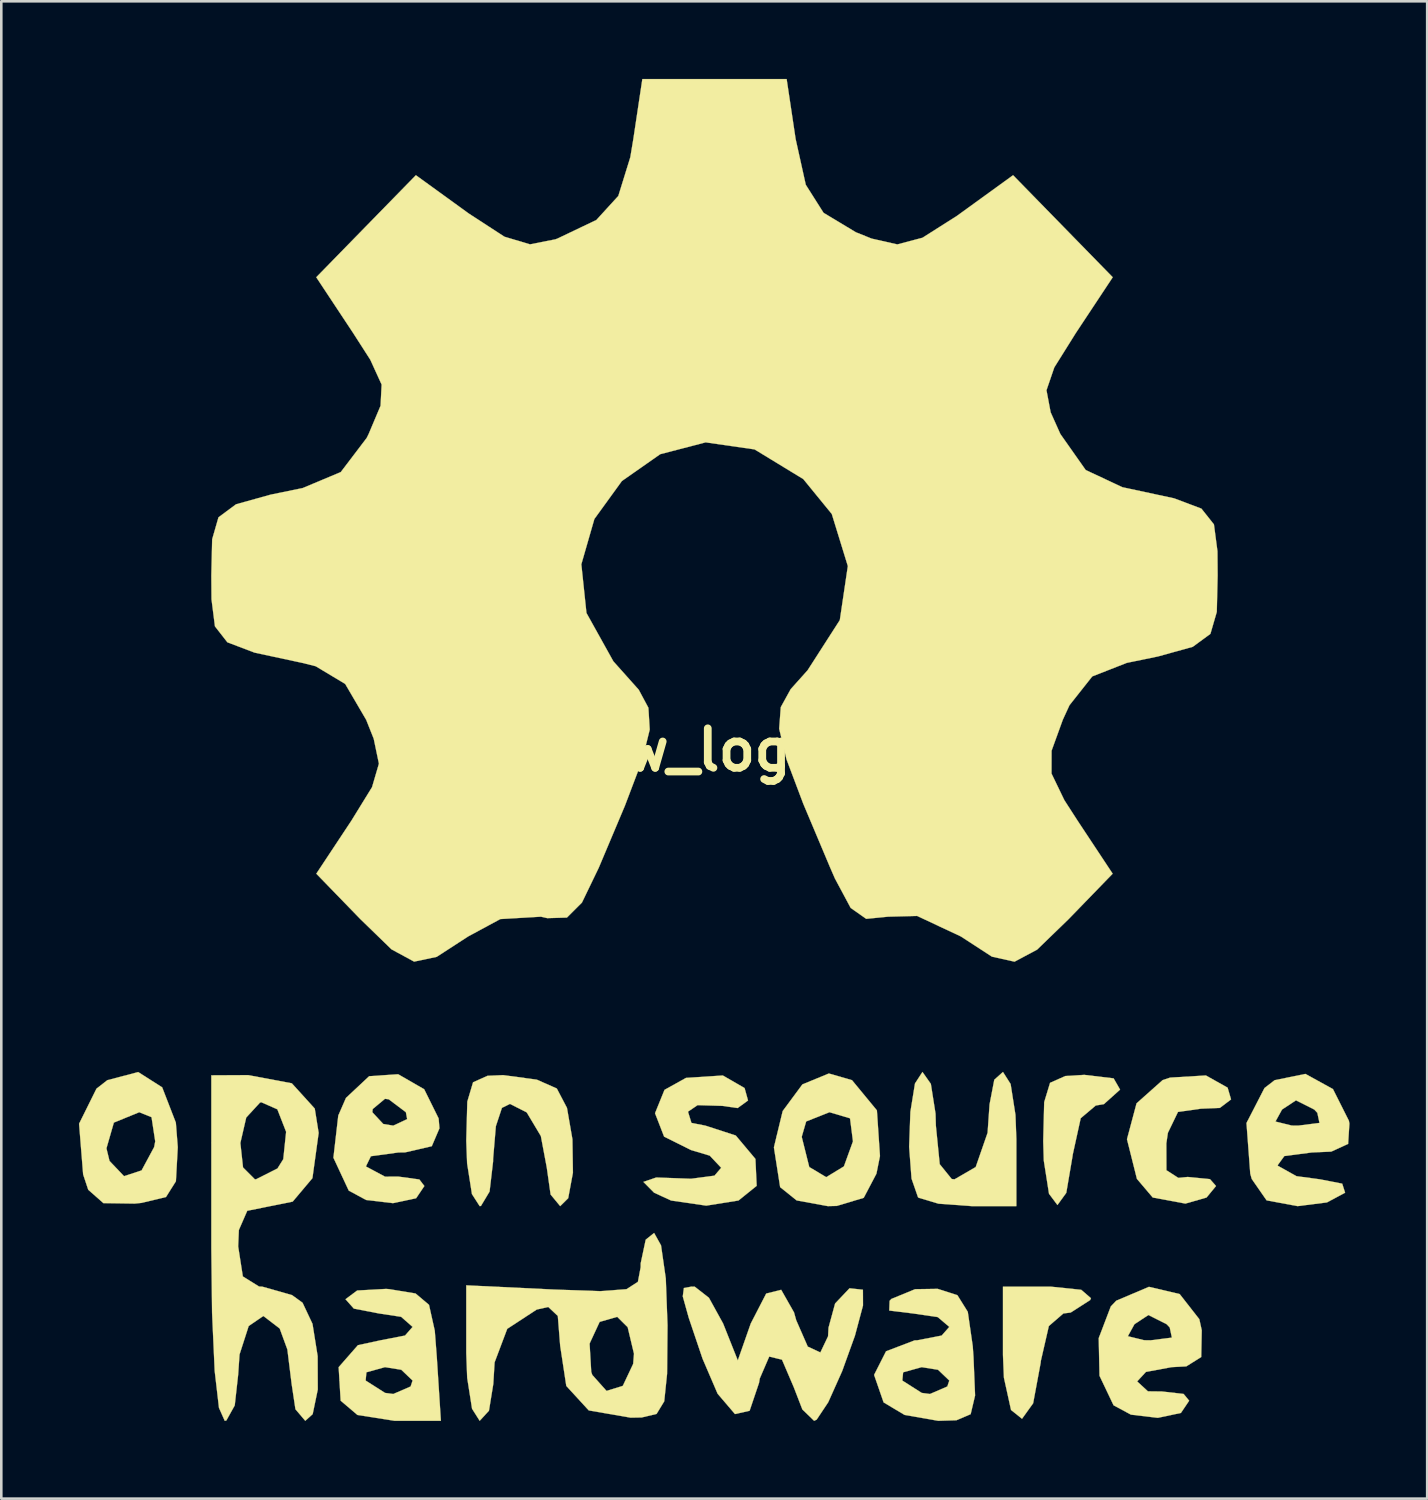
<source format=kicad_pcb>
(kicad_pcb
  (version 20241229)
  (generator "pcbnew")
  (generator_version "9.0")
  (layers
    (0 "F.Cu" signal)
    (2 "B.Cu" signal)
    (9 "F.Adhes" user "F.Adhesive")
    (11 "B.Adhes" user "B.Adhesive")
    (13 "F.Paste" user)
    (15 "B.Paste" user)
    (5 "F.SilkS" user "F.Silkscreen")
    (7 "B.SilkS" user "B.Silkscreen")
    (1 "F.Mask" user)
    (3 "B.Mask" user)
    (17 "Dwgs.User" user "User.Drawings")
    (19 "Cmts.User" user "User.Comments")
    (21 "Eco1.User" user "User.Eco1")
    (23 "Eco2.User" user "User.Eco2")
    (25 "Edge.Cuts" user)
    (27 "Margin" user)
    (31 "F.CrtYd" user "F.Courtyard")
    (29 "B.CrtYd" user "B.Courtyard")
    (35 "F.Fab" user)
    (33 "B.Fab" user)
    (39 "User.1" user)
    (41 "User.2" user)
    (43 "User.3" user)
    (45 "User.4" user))
  (footprint "oshw_logo_a"
    (layer "F.Cu")
    (at 24.294 25.923)
    (property "Reference" "oshw_logo_a" (at 0 0 0) (layer "F.SilkS") (effects (font (size 1.524 1.524) (thickness 0.3))))
    (attr through_hole)
    (fp_poly (pts (xy 14.428 20.857) (xy 14.804 21.182) (xy 14.773 21.253) (xy 14.021 21.735) (xy 13.737 21.771) (xy 13.177 22.256) (xy 12.867 23.606) (xy 12.861 23.675) (xy 12.57 25.241) (xy 12.14 25.839) (xy 11.716 25.5) (xy 11.441 24.253) (xy 11.404 23.37) (xy 11.404 20.735) (xy 13.249 20.735) (xy 14.428 20.857)) (stroke (width 0.01) (type solid)) (fill yes) (layer "F.SilkS"))
    (fp_poly (pts (xy 15.68 12.688) (xy 15.929 13.123) (xy 15.303 13.684) (xy 14.989 13.737) (xy 14.408 14.227) (xy 14.098 15.641) (xy 14.094 15.681) (xy 13.85 17.111) (xy 13.509 17.581) (xy 13.183 17.146) (xy 12.981 15.86) (xy 12.959 15.112) (xy 12.997 13.606) (xy 13.224 12.86) (xy 13.812 12.598) (xy 14.546 12.553) (xy 15.68 12.688)) (stroke (width 0.01) (type solid)) (fill yes) (layer "F.SilkS"))
    (fp_poly (pts (xy 20.083 13.047) (xy 20.216 13.502) (xy 19.783 13.83) (xy 19.05 13.86) (xy 18.166 13.985) (xy 17.775 14.794) (xy 17.716 15.201) (xy 17.719 16.237) (xy 18.179 16.533) (xy 18.544 16.497) (xy 19.401 16.581) (xy 19.635 16.847) (xy 19.269 17.292) (xy 18.453 17.526) (xy 17.19 17.291) (xy 16.579 16.571) (xy 16.195 15.039) (xy 16.565 13.653) (xy 17.573 12.755) (xy 17.862 12.659) (xy 19.244 12.576) (xy 20.083 13.047)) (stroke (width 0.01) (type solid)) (fill yes) (layer "F.SilkS"))
    (fp_poly (pts (xy 5.572 12.758) (xy 6.534 13.925) (xy 6.652 15.69) (xy 6.516 16.37) (xy 6.025 17.303) (xy 4.983 17.616) (xy 4.639 17.624) (xy 3.433 17.403) (xy 2.796 16.891) (xy 2.555 15.354) (xy 2.653 14.946) (xy 3.629 14.946) (xy 3.921 16.114) (xy 4.576 16.505) (xy 5.259 16.089) (xy 5.609 15.122) (xy 5.496 14.232) (xy 4.701 13.996) (xy 3.801 14.353) (xy 3.629 14.946) (xy 2.653 14.946) (xy 2.894 13.951) (xy 3.656 12.921) (xy 4.678 12.5) (xy 5.572 12.758)) (stroke (width 0.01) (type solid)) (fill yes) (layer "F.SilkS"))
    (fp_poly (pts (xy 11.7 12.907) (xy 11.887 14.099) (xy 11.922 15.033) (xy 11.922 17.624) (xy 10.195 17.624) (xy 8.914 17.53) (xy 8.144 17.299) (xy 8.121 17.279) (xy 7.872 16.562) (xy 7.779 15.333) (xy 7.828 13.979) (xy 8.005 12.886) (xy 8.294 12.441) (xy 8.618 12.901) (xy 8.799 14.049) (xy 8.812 14.514) (xy 8.961 16.004) (xy 9.424 16.576) (xy 9.534 16.588) (xy 10.351 16.114) (xy 10.81 14.791) (xy 10.886 13.694) (xy 11.069 12.741) (xy 11.404 12.441) (xy 11.7 12.907)) (stroke (width 0.01) (type solid)) (fill yes) (layer "F.SilkS"))
    (fp_poly (pts (xy -21.079 13.034) (xy -20.55 14.399) (xy -20.476 15.348) (xy -20.548 16.664) (xy -20.931 17.272) (xy -21.876 17.499) (xy -22.142 17.526) (xy -23.35 17.508) (xy -23.935 16.992) (xy -24.132 16.401) (xy -24.213 15.392) (xy -23.232 15.392) (xy -23.113 15.878) (xy -22.552 16.467) (xy -21.874 16.244) (xy -21.389 15.343) (xy -21.347 15.122) (xy -21.49 14.188) (xy -21.964 13.996) (xy -22.945 14.397) (xy -23.232 15.392) (xy -24.213 15.392) (xy -24.289 14.441) (xy -23.617 13.086) (xy -23.197 12.758) (xy -22.005 12.445) (xy -21.079 13.034)) (stroke (width 0.01) (type solid)) (fill yes) (layer "F.SilkS"))
    (fp_poly (pts (xy -6.605 12.738) (xy -5.832 13.08) (xy -5.44 13.828) (xy -5.229 15.042) (xy -5.21 16.334) (xy -5.393 17.319) (xy -5.702 17.624) (xy -6.072 17.176) (xy -6.22 16.133) (xy -6.449 14.917) (xy -6.995 14.003) (xy -7.644 13.674) (xy -7.953 13.828) (xy -8.187 14.536) (xy -8.293 15.793) (xy -8.294 15.897) (xy -8.43 17.061) (xy -8.763 17.617) (xy -8.812 17.624) (xy -9.111 17.159) (xy -9.298 15.972) (xy -9.331 15.097) (xy -9.29 13.586) (xy -9.068 12.84) (xy -8.51 12.589) (xy -7.905 12.563) (xy -6.605 12.738)) (stroke (width 0.01) (type solid)) (fill yes) (layer "F.SilkS"))
    (fp_poly (pts (xy 1.422 13.063) (xy 1.555 13.543) (xy 1.153 13.835) (xy 0.562 13.751) (xy -0.395 13.723) (xy -0.765 13.975) (xy -0.631 14.41) (xy -0.094 14.514) (xy 1.082 14.896) (xy 1.841 15.801) (xy 1.889 16.84) (xy 1.187 17.406) (xy -0.059 17.605) (xy -1.416 17.408) (xy -2.073 17.106) (xy -2.487 16.688) (xy -1.991 16.518) (xy -0.648 16.567) (xy 0.259 16.447) (xy 0.518 16.143) (xy 0.077 15.674) (xy -0.648 15.457) (xy -1.687 14.94) (xy -2.038 14.035) (xy -1.672 13.132) (xy -0.841 12.67) (xy 0.581 12.577) (xy 1.422 13.063)) (stroke (width 0.01) (type solid)) (fill yes) (layer "F.SilkS"))
    (fp_poly (pts (xy -12.311 20.831) (xy -11.289 20.999) (xy -10.77 21.437) (xy -10.547 22.439) (xy -10.469 23.456) (xy -10.311 25.918) (xy -12.098 25.918) (xy -13.535 25.692) (xy -14.183 25.141) (xy -14.23 24.363) (xy -13.218 24.363) (xy -12.468 24.84) (xy -12.151 24.882) (xy -11.481 24.592) (xy -11.404 24.363) (xy -11.84 23.946) (xy -12.471 23.845) (xy -13.188 24.044) (xy -13.218 24.363) (xy -14.23 24.363) (xy -14.261 23.846) (xy -13.516 22.996) (xy -12.645 22.808) (xy -11.697 22.624) (xy -11.404 22.29) (xy -11.848 21.9) (xy -12.7 21.771) (xy -13.674 21.583) (xy -13.996 21.22) (xy -13.545 20.884) (xy -12.426 20.822) (xy -12.311 20.831)) (stroke (width 0.01) (type solid)) (fill yes) (layer "F.SilkS"))
    (fp_poly (pts (xy 18.231 21.021) (xy 18.99 21.992) (xy 19.084 22.419) (xy 19.064 23.453) (xy 18.487 23.815) (xy 17.918 23.845) (xy 16.928 24.029) (xy 16.588 24.396) (xy 17.005 24.779) (xy 17.545 24.785) (xy 18.383 24.88) (xy 18.598 25.141) (xy 18.279 25.614) (xy 17.386 25.803) (xy 16.348 25.68) (xy 15.677 25.319) (xy 15.134 24.178) (xy 15.103 22.725) (xy 15.132 22.65) (xy 16.229 22.65) (xy 16.857 22.804) (xy 17.106 22.808) (xy 17.93 22.704) (xy 17.847 22.313) (xy 17.728 22.186) (xy 17.023 21.831) (xy 16.484 22.186) (xy 16.229 22.65) (xy 15.132 22.65) (xy 15.57 21.5) (xy 15.782 21.277) (xy 17.044 20.742) (xy 18.231 21.021)) (stroke (width 0.01) (type solid)) (fill yes) (layer "F.SilkS"))
    (fp_poly (pts (xy -10.956 13.109) (xy -10.398 14.237) (xy -10.367 14.618) (xy -10.662 15.309) (xy -11.691 15.547) (xy -11.953 15.551) (xy -13.016 15.696) (xy -13.207 16.088) (xy -13.203 16.094) (xy -12.471 16.485) (xy -11.956 16.483) (xy -11.143 16.594) (xy -10.949 16.847) (xy -11.268 17.32) (xy -12.161 17.509) (xy -13.199 17.387) (xy -13.87 17.025) (xy -14.463 15.754) (xy -14.275 14.123) (xy -14.219 13.996) (xy -12.959 13.996) (xy -12.537 14.451) (xy -12.151 14.514) (xy -11.614 14.263) (xy -11.663 13.996) (xy -12.326 13.497) (xy -12.471 13.478) (xy -12.945 13.873) (xy -12.959 13.996) (xy -14.219 13.996) (xy -13.978 13.443) (xy -13.081 12.604) (xy -11.962 12.529) (xy -10.956 13.109)) (stroke (width 0.01) (type solid)) (fill yes) (layer "F.SilkS"))
    (fp_poly (pts (xy 24.153 13.102) (xy 24.769 14.327) (xy 24.788 14.438) (xy 24.739 15.219) (xy 24.087 15.518) (xy 23.332 15.551) (xy 22.275 15.689) (xy 22.016 16.044) (xy 22.031 16.069) (xy 22.743 16.467) (xy 23.647 16.588) (xy 24.51 16.756) (xy 24.622 17.106) (xy 23.921 17.481) (xy 22.787 17.624) (xy 21.589 17.401) (xy 21.015 16.574) (xy 20.958 16.37) (xy 20.812 14.415) (xy 20.842 14.356) (xy 21.931 14.356) (xy 22.559 14.511) (xy 22.808 14.514) (xy 23.632 14.41) (xy 23.549 14.019) (xy 23.43 13.892) (xy 22.725 13.537) (xy 22.186 13.892) (xy 21.931 14.356) (xy 20.842 14.356) (xy 21.508 13.061) (xy 21.901 12.758) (xy 23.089 12.516) (xy 24.153 13.102)) (stroke (width 0.01) (type solid)) (fill yes) (layer "F.SilkS"))
    (fp_poly (pts (xy 9.644 21.065) (xy 10.045 21.708) (xy 10.237 23.037) (xy 10.266 23.456) (xy 10.327 24.939) (xy 10.156 25.662) (xy 9.605 25.897) (xy 8.904 25.918) (xy 7.602 25.69) (xy 6.793 25.207) (xy 6.501 24.363) (xy 7.516 24.363) (xy 8.266 24.84) (xy 8.584 24.882) (xy 9.254 24.592) (xy 9.331 24.363) (xy 8.895 23.946) (xy 8.263 23.845) (xy 7.547 24.044) (xy 7.516 24.363) (xy 6.501 24.363) (xy 6.425 24.145) (xy 6.887 23.232) (xy 7.993 22.81) (xy 8.09 22.808) (xy 9.037 22.624) (xy 9.331 22.29) (xy 8.884 21.911) (xy 7.931 21.771) (xy 7.011 21.658) (xy 7.025 21.282) (xy 7.094 21.209) (xy 8.01 20.833) (xy 8.882 20.82) (xy 9.644 21.065)) (stroke (width 0.01) (type solid)) (fill yes) (layer "F.SilkS"))
    (fp_poly (pts (xy -0.506 20.735) (xy 0.044 21.164) (xy 0.593 22.16) (xy 1.16 23.586) (xy 1.66 22.16) (xy 2.257 21.002) (xy 2.836 20.857) (xy 3.332 21.73) (xy 3.416 22.031) (xy 3.863 23.052) (xy 4.35 23.277) (xy 4.647 22.653) (xy 4.665 22.32) (xy 4.919 21.386) (xy 5.476 20.798) (xy 5.994 20.854) (xy 5.997 21.462) (xy 5.685 22.631) (xy 5.192 23.998) (xy 4.654 25.2) (xy 4.206 25.873) (xy 4.108 25.918) (xy 3.654 25.479) (xy 3.323 24.622) (xy 2.867 23.556) (xy 2.374 23.436) (xy 2.008 24.284) (xy 1.98 24.452) (xy 1.616 25.53) (xy 1.051 25.657) (xy 0.38 24.872) (xy -0.202 23.518) (xy -0.734 21.942) (xy -0.966 21.111) (xy -0.923 20.788) (xy -0.631 20.734) (xy -0.506 20.735)) (stroke (width 0.01) (type solid)) (fill yes) (layer "F.SilkS"))
    (fp_poly (pts (xy -1.806 19.14) (xy -1.622 20.419) (xy -1.555 22.225) (xy -1.572 24.099) (xy -1.682 25.165) (xy -1.978 25.652) (xy -2.551 25.788) (xy -2.981 25.796) (xy -4.599 25.516) (xy -5.466 24.571) (xy -5.702 23.02) (xy -5.709 22.934) (xy -4.566 22.934) (xy -4.502 24.029) (xy -4.461 24.147) (xy -3.911 24.763) (xy -3.283 24.568) (xy -2.882 23.717) (xy -2.851 23.327) (xy -3.095 22.301) (xy -3.499 21.901) (xy -4.177 22.096) (xy -4.566 22.934) (xy -5.709 22.934) (xy -5.794 21.866) (xy -6.163 21.52) (xy -6.609 21.62) (xy -7.748 22.365) (xy -8.236 23.66) (xy -8.286 24.493) (xy -8.454 25.528) (xy -8.812 25.918) (xy -9.107 25.452) (xy -9.295 24.258) (xy -9.331 23.301) (xy -9.331 20.684) (xy -5.961 20.846) (xy -4.15 20.909) (xy -3.14 20.833) (xy -2.699 20.548) (xy -2.593 19.984) (xy -2.592 19.834) (xy -2.398 18.921) (xy -2.073 18.661) (xy -1.806 19.14)) (stroke (width 0.01) (type solid)) (fill yes) (layer "F.SilkS"))
    (fp_poly (pts (xy -16.07 12.879) (xy -15.184 13.855) (xy -15.033 14.795) (xy -15.274 16.544) (xy -16.036 17.449) (xy -16.902 17.624) (xy -17.792 17.804) (xy -18.116 18.547) (xy -18.143 19.18) (xy -17.962 20.341) (xy -17.335 20.73) (xy -17.21 20.735) (xy -16.06 21.063) (xy -15.655 21.357) (xy -15.271 22.173) (xy -15.072 23.419) (xy -15.067 24.71) (xy -15.264 25.66) (xy -15.551 25.918) (xy -15.93 25.471) (xy -16.077 24.493) (xy -16.242 23.162) (xy -16.538 22.353) (xy -17.17 21.868) (xy -17.736 22.256) (xy -18.09 23.355) (xy -18.143 24.135) (xy -18.275 25.322) (xy -18.6 25.906) (xy -18.661 25.918) (xy -18.884 25.419) (xy -19.05 23.991) (xy -19.151 21.745) (xy -19.18 19.244) (xy -19.18 15.184) (xy -18.058 15.184) (xy -17.955 16.129) (xy -17.499 16.586) (xy -17.455 16.588) (xy -16.624 16.169) (xy -16.4 15.81) (xy -16.29 14.753) (xy -16.629 13.884) (xy -17.249 13.611) (xy -17.3 13.625) (xy -17.831 14.201) (xy -18.058 15.184) (xy -19.18 15.184) (xy -19.18 12.57) (xy -17.754 12.563) (xy -16.07 12.879)) (stroke (width 0.01) (type solid)) (fill yes) (layer "F.SilkS"))
    (fp_poly (pts (xy 3.394 -23.602) (xy 3.786 -21.835) (xy 4.472 -20.752) (xy 5.721 -20) (xy 6.328 -19.756) (xy 7.321 -19.531) (xy 8.295 -19.788) (xy 9.626 -20.633) (xy 9.746 -20.72) (xy 11.795 -22.204) (xy 13.72 -20.233) (xy 15.645 -18.262) (xy 14.217 -16.105) (xy 13.388 -14.78) (xy 13.085 -13.896) (xy 13.246 -13.044) (xy 13.621 -12.206) (xy 14.601 -10.814) (xy 16.018 -10.15) (xy 16.168 -10.118) (xy 18.016 -9.721) (xy 19.071 -9.323) (xy 19.555 -8.713) (xy 19.691 -7.677) (xy 19.698 -6.739) (xy 19.665 -5.333) (xy 19.419 -4.486) (xy 18.735 -3.984) (xy 17.393 -3.612) (xy 16.188 -3.364) (xy 14.854 -2.841) (xy 13.974 -1.728) (xy 13.715 -1.164) (xy 13.282 0.03) (xy 13.28 0.913) (xy 13.775 1.939) (xy 14.29 2.738) (xy 15.642 4.781) (xy 13.94 6.537) (xy 12.722 7.716) (xy 11.851 8.18) (xy 10.978 7.986) (xy 9.778 7.206) (xy 8.088 6.413) (xy 6.963 6.442) (xy 6.121 6.525) (xy 5.521 6.104) (xy 4.911 4.965) (xy 4.73 4.549) (xy 3.689 2.079) (xy 3.04 0.358) (xy 2.758 -0.819) (xy 2.82 -1.653) (xy 3.203 -2.348) (xy 3.856 -3.077) (xy 5.101 -5.016) (xy 5.411 -7.104) (xy 4.791 -9.116) (xy 3.691 -10.463) (xy 1.808 -11.611) (xy -0.082 -11.883) (xy -1.838 -11.426) (xy -3.318 -10.39) (xy -4.381 -8.923) (xy -4.885 -7.173) (xy -4.687 -5.291) (xy -3.648 -3.424) (xy -3.338 -3.077) (xy -2.667 -2.325) (xy -2.294 -1.629) (xy -2.243 -0.786) (xy -2.537 0.405) (xy -3.199 2.149) (xy -4.211 4.549) (xy -4.862 5.898) (xy -5.441 6.476) (xy -6.2 6.498) (xy -6.445 6.442) (xy -8.015 6.534) (xy -9.259 7.206) (xy -10.474 7.994) (xy -11.345 8.178) (xy -12.219 7.704) (xy -13.421 6.537) (xy -15.124 4.781) (xy -13.772 2.738) (xy -12.971 1.438) (xy -12.705 0.531) (xy -12.906 -0.434) (xy -13.197 -1.164) (xy -14.008 -2.55) (xy -15.148 -3.234) (xy -15.669 -3.364) (xy -17.511 -3.76) (xy -18.56 -4.159) (xy -19.04 -4.775) (xy -19.173 -5.822) (xy -19.18 -6.739) (xy -19.147 -8.141) (xy -18.903 -8.988) (xy -18.224 -9.491) (xy -16.889 -9.863) (xy -15.649 -10.118) (xy -14.179 -10.735) (xy -13.177 -12.054) (xy -13.102 -12.206) (xy -12.642 -13.295) (xy -12.6 -14.115) (xy -13.039 -15.077) (xy -13.699 -16.105) (xy -15.126 -18.262) (xy -13.202 -20.233) (xy -11.277 -22.204) (xy -9.228 -20.72) (xy -7.856 -19.828) (xy -6.869 -19.533) (xy -5.89 -19.726) (xy -5.809 -19.756) (xy -4.305 -20.474) (xy -3.456 -21.404) (xy -2.993 -22.898) (xy -2.876 -23.602) (xy -2.528 -25.918) (xy 3.047 -25.918) (xy 3.394 -23.602)) (stroke (width 0.01) (type solid)) (fill yes) (layer "F.SilkS")))
  (gr_rect
    (start -3 -3)
    (end 52.087 54.847)
    (stroke (width 0.1) (type default))
    (fill no)
    (layer "Edge.Cuts")))
</source>
